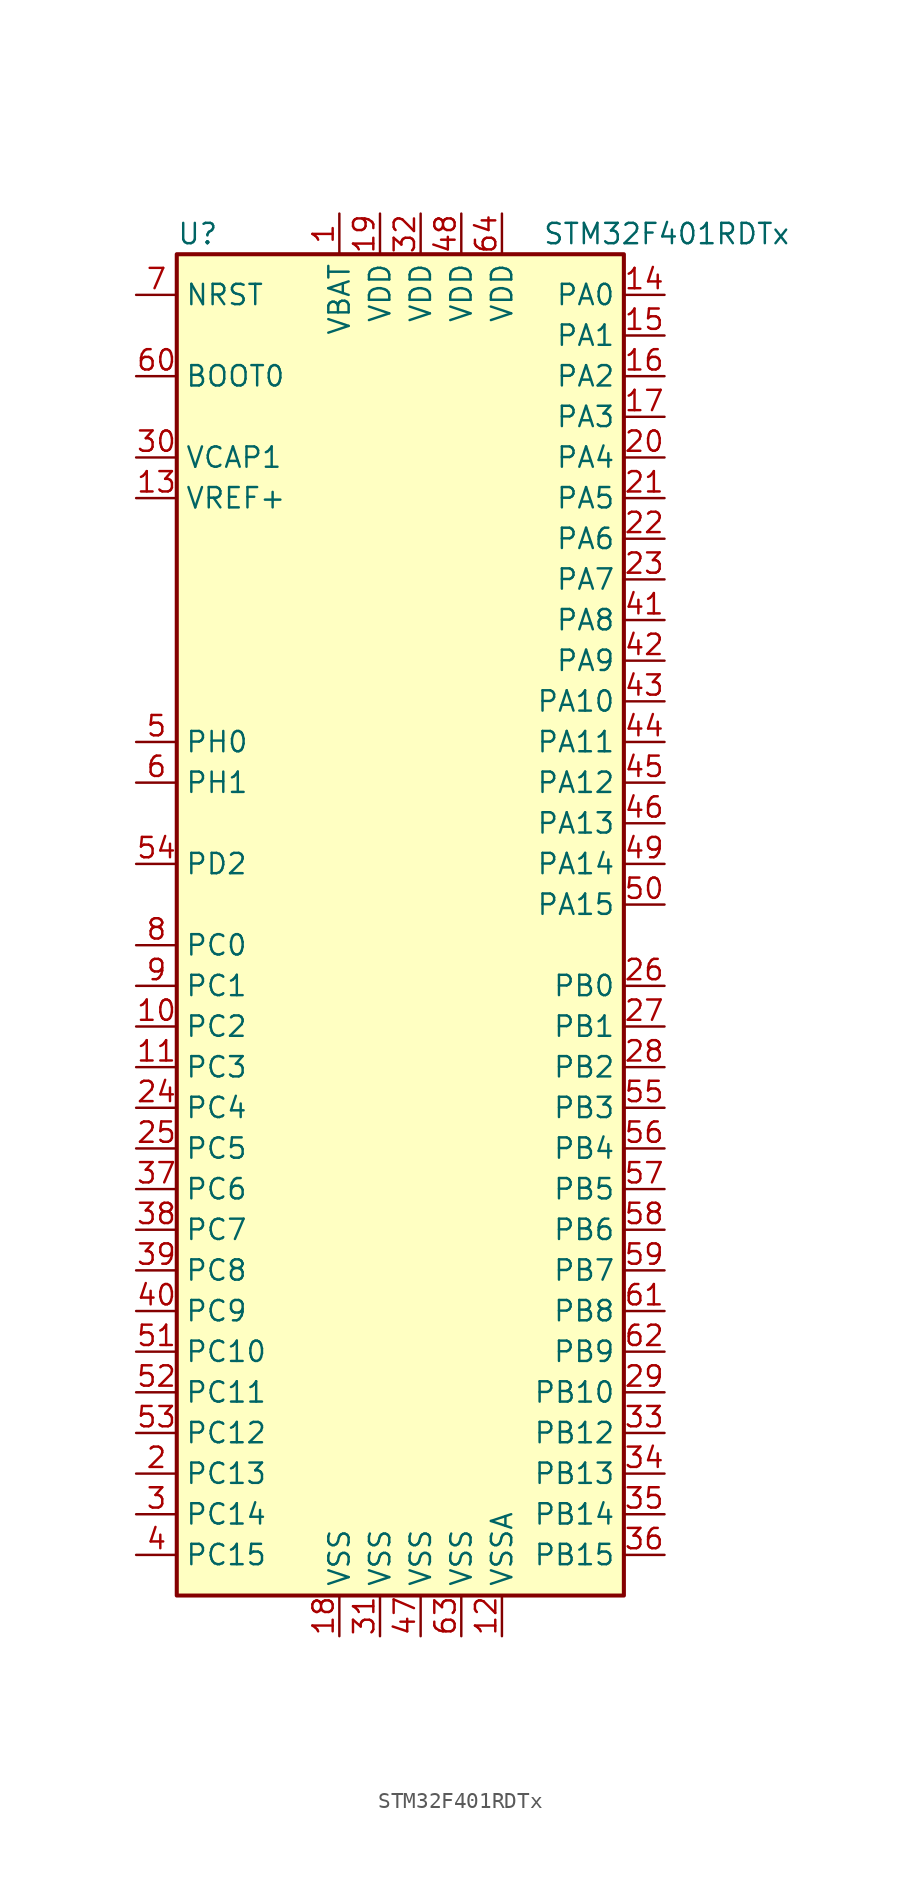
<source format=kicad_sym>
(kicad_symbol_lib
  (version 20201005)
  (generator kicad_symbol_editor)
  (symbol "MCU_ST_STM32F4:STM32F401RDTx"
    (property "Reference" "U"
      (at -15.24 41.91 0)
      (effects (font (size 1.27 1.27)) (justify left)))
    (property "Value" "STM32F401RDTx"
      (at 7.62 41.91 0)
      (effects (font (size 1.27 1.27)) (justify left)))
    (symbol "STM32F401RDTx_0_1"
      (rectangle (start -15.24 -43.18) (end 12.7 40.64) (stroke (width 0.254)) (fill (type background))))
    (symbol "STM32F401RDTx_1_1"
      (pin input line (at -17.78 33.02 0) (length 2.54) (name "BOOT0" (effects (font (size 1.27 1.27)))) (number "60" (effects (font (size 1.27 1.27)))))
      (pin input line (at -17.78 38.1 0) (length 2.54) (name "NRST" (effects (font (size 1.27 1.27)))) (number "7" (effects (font (size 1.27 1.27)))))
      (pin bidirectional line (at 15.24 38.1 180) (length 2.54) (name "PA0" (effects (font (size 1.27 1.27)))) (number "14" (effects (font (size 1.27 1.27)))))
      (pin bidirectional line (at 15.24 35.56 180) (length 2.54) (name "PA1" (effects (font (size 1.27 1.27)))) (number "15" (effects (font (size 1.27 1.27)))))
      (pin bidirectional line (at 15.24 12.7 180) (length 2.54) (name "PA10" (effects (font (size 1.27 1.27)))) (number "43" (effects (font (size 1.27 1.27)))))
      (pin bidirectional line (at 15.24 10.16 180) (length 2.54) (name "PA11" (effects (font (size 1.27 1.27)))) (number "44" (effects (font (size 1.27 1.27)))))
      (pin bidirectional line (at 15.24 7.62 180) (length 2.54) (name "PA12" (effects (font (size 1.27 1.27)))) (number "45" (effects (font (size 1.27 1.27)))))
      (pin bidirectional line (at 15.24 5.08 180) (length 2.54) (name "PA13" (effects (font (size 1.27 1.27)))) (number "46" (effects (font (size 1.27 1.27)))))
      (pin bidirectional line (at 15.24 2.54 180) (length 2.54) (name "PA14" (effects (font (size 1.27 1.27)))) (number "49" (effects (font (size 1.27 1.27)))))
      (pin bidirectional line (at 15.24 0 180) (length 2.54) (name "PA15" (effects (font (size 1.27 1.27)))) (number "50" (effects (font (size 1.27 1.27)))))
      (pin bidirectional line (at 15.24 33.02 180) (length 2.54) (name "PA2" (effects (font (size 1.27 1.27)))) (number "16" (effects (font (size 1.27 1.27)))))
      (pin bidirectional line (at 15.24 30.48 180) (length 2.54) (name "PA3" (effects (font (size 1.27 1.27)))) (number "17" (effects (font (size 1.27 1.27)))))
      (pin bidirectional line (at 15.24 27.94 180) (length 2.54) (name "PA4" (effects (font (size 1.27 1.27)))) (number "20" (effects (font (size 1.27 1.27)))))
      (pin bidirectional line (at 15.24 25.4 180) (length 2.54) (name "PA5" (effects (font (size 1.27 1.27)))) (number "21" (effects (font (size 1.27 1.27)))))
      (pin bidirectional line (at 15.24 22.86 180) (length 2.54) (name "PA6" (effects (font (size 1.27 1.27)))) (number "22" (effects (font (size 1.27 1.27)))))
      (pin bidirectional line (at 15.24 20.32 180) (length 2.54) (name "PA7" (effects (font (size 1.27 1.27)))) (number "23" (effects (font (size 1.27 1.27)))))
      (pin bidirectional line (at 15.24 17.78 180) (length 2.54) (name "PA8" (effects (font (size 1.27 1.27)))) (number "41" (effects (font (size 1.27 1.27)))))
      (pin bidirectional line (at 15.24 15.24 180) (length 2.54) (name "PA9" (effects (font (size 1.27 1.27)))) (number "42" (effects (font (size 1.27 1.27)))))
      (pin bidirectional line (at 15.24 -5.08 180) (length 2.54) (name "PB0" (effects (font (size 1.27 1.27)))) (number "26" (effects (font (size 1.27 1.27)))))
      (pin bidirectional line (at 15.24 -7.62 180) (length 2.54) (name "PB1" (effects (font (size 1.27 1.27)))) (number "27" (effects (font (size 1.27 1.27)))))
      (pin bidirectional line (at 15.24 -30.48 180) (length 2.54) (name "PB10" (effects (font (size 1.27 1.27)))) (number "29" (effects (font (size 1.27 1.27)))))
      (pin bidirectional line (at 15.24 -33.02 180) (length 2.54) (name "PB12" (effects (font (size 1.27 1.27)))) (number "33" (effects (font (size 1.27 1.27)))))
      (pin bidirectional line (at 15.24 -35.56 180) (length 2.54) (name "PB13" (effects (font (size 1.27 1.27)))) (number "34" (effects (font (size 1.27 1.27)))))
      (pin bidirectional line (at 15.24 -38.1 180) (length 2.54) (name "PB14" (effects (font (size 1.27 1.27)))) (number "35" (effects (font (size 1.27 1.27)))))
      (pin bidirectional line (at 15.24 -40.64 180) (length 2.54) (name "PB15" (effects (font (size 1.27 1.27)))) (number "36" (effects (font (size 1.27 1.27)))))
      (pin bidirectional line (at 15.24 -10.16 180) (length 2.54) (name "PB2" (effects (font (size 1.27 1.27)))) (number "28" (effects (font (size 1.27 1.27)))))
      (pin bidirectional line (at 15.24 -12.7 180) (length 2.54) (name "PB3" (effects (font (size 1.27 1.27)))) (number "55" (effects (font (size 1.27 1.27)))))
      (pin bidirectional line (at 15.24 -15.24 180) (length 2.54) (name "PB4" (effects (font (size 1.27 1.27)))) (number "56" (effects (font (size 1.27 1.27)))))
      (pin bidirectional line (at 15.24 -17.78 180) (length 2.54) (name "PB5" (effects (font (size 1.27 1.27)))) (number "57" (effects (font (size 1.27 1.27)))))
      (pin bidirectional line (at 15.24 -20.32 180) (length 2.54) (name "PB6" (effects (font (size 1.27 1.27)))) (number "58" (effects (font (size 1.27 1.27)))))
      (pin bidirectional line (at 15.24 -22.86 180) (length 2.54) (name "PB7" (effects (font (size 1.27 1.27)))) (number "59" (effects (font (size 1.27 1.27)))))
      (pin bidirectional line (at 15.24 -25.4 180) (length 2.54) (name "PB8" (effects (font (size 1.27 1.27)))) (number "61" (effects (font (size 1.27 1.27)))))
      (pin bidirectional line (at 15.24 -27.94 180) (length 2.54) (name "PB9" (effects (font (size 1.27 1.27)))) (number "62" (effects (font (size 1.27 1.27)))))
      (pin bidirectional line (at -17.78 -2.54 0) (length 2.54) (name "PC0" (effects (font (size 1.27 1.27)))) (number "8" (effects (font (size 1.27 1.27)))))
      (pin bidirectional line (at -17.78 -5.08 0) (length 2.54) (name "PC1" (effects (font (size 1.27 1.27)))) (number "9" (effects (font (size 1.27 1.27)))))
      (pin bidirectional line (at -17.78 -27.94 0) (length 2.54) (name "PC10" (effects (font (size 1.27 1.27)))) (number "51" (effects (font (size 1.27 1.27)))))
      (pin bidirectional line (at -17.78 -30.48 0) (length 2.54) (name "PC11" (effects (font (size 1.27 1.27)))) (number "52" (effects (font (size 1.27 1.27)))))
      (pin bidirectional line (at -17.78 -33.02 0) (length 2.54) (name "PC12" (effects (font (size 1.27 1.27)))) (number "53" (effects (font (size 1.27 1.27)))))
      (pin bidirectional line (at -17.78 -35.56 0) (length 2.54) (name "PC13" (effects (font (size 1.27 1.27)))) (number "2" (effects (font (size 1.27 1.27)))))
      (pin bidirectional line (at -17.78 -38.1 0) (length 2.54) (name "PC14" (effects (font (size 1.27 1.27)))) (number "3" (effects (font (size 1.27 1.27)))))
      (pin bidirectional line (at -17.78 -40.64 0) (length 2.54) (name "PC15" (effects (font (size 1.27 1.27)))) (number "4" (effects (font (size 1.27 1.27)))))
      (pin bidirectional line (at -17.78 -7.62 0) (length 2.54) (name "PC2" (effects (font (size 1.27 1.27)))) (number "10" (effects (font (size 1.27 1.27)))))
      (pin bidirectional line (at -17.78 -10.16 0) (length 2.54) (name "PC3" (effects (font (size 1.27 1.27)))) (number "11" (effects (font (size 1.27 1.27)))))
      (pin bidirectional line (at -17.78 -12.7 0) (length 2.54) (name "PC4" (effects (font (size 1.27 1.27)))) (number "24" (effects (font (size 1.27 1.27)))))
      (pin bidirectional line (at -17.78 -15.24 0) (length 2.54) (name "PC5" (effects (font (size 1.27 1.27)))) (number "25" (effects (font (size 1.27 1.27)))))
      (pin bidirectional line (at -17.78 -17.78 0) (length 2.54) (name "PC6" (effects (font (size 1.27 1.27)))) (number "37" (effects (font (size 1.27 1.27)))))
      (pin bidirectional line (at -17.78 -20.32 0) (length 2.54) (name "PC7" (effects (font (size 1.27 1.27)))) (number "38" (effects (font (size 1.27 1.27)))))
      (pin bidirectional line (at -17.78 -22.86 0) (length 2.54) (name "PC8" (effects (font (size 1.27 1.27)))) (number "39" (effects (font (size 1.27 1.27)))))
      (pin bidirectional line (at -17.78 -25.4 0) (length 2.54) (name "PC9" (effects (font (size 1.27 1.27)))) (number "40" (effects (font (size 1.27 1.27)))))
      (pin bidirectional line (at -17.78 2.54 0) (length 2.54) (name "PD2" (effects (font (size 1.27 1.27)))) (number "54" (effects (font (size 1.27 1.27)))))
      (pin input line (at -17.78 10.16 0) (length 2.54) (name "PH0" (effects (font (size 1.27 1.27)))) (number "5" (effects (font (size 1.27 1.27)))))
      (pin input line (at -17.78 7.62 0) (length 2.54) (name "PH1" (effects (font (size 1.27 1.27)))) (number "6" (effects (font (size 1.27 1.27)))))
      (pin power_in line (at -5.08 43.18 270) (length 2.54) (name "VBAT" (effects (font (size 1.27 1.27)))) (number "1" (effects (font (size 1.27 1.27)))))
      (pin power_in line (at -17.78 27.94 0) (length 2.54) (name "VCAP1" (effects (font (size 1.27 1.27)))) (number "30" (effects (font (size 1.27 1.27)))))
      (pin power_in line (at -2.54 43.18 270) (length 2.54) (name "VDD" (effects (font (size 1.27 1.27)))) (number "19" (effects (font (size 1.27 1.27)))))
      (pin power_in line (at 0 43.18 270) (length 2.54) (name "VDD" (effects (font (size 1.27 1.27)))) (number "32" (effects (font (size 1.27 1.27)))))
      (pin power_in line (at 2.54 43.18 270) (length 2.54) (name "VDD" (effects (font (size 1.27 1.27)))) (number "48" (effects (font (size 1.27 1.27)))))
      (pin power_in line (at 5.08 43.18 270) (length 2.54) (name "VDD" (effects (font (size 1.27 1.27)))) (number "64" (effects (font (size 1.27 1.27)))))
      (pin power_in line (at -17.78 25.4 0) (length 2.54) (name "VREF+" (effects (font (size 1.27 1.27)))) (number "13" (effects (font (size 1.27 1.27)))))
      (pin power_in line (at -5.08 -45.72 90) (length 2.54) (name "VSS" (effects (font (size 1.27 1.27)))) (number "18" (effects (font (size 1.27 1.27)))))
      (pin power_in line (at -2.54 -45.72 90) (length 2.54) (name "VSS" (effects (font (size 1.27 1.27)))) (number "31" (effects (font (size 1.27 1.27)))))
      (pin power_in line (at 0 -45.72 90) (length 2.54) (name "VSS" (effects (font (size 1.27 1.27)))) (number "47" (effects (font (size 1.27 1.27)))))
      (pin power_in line (at 2.54 -45.72 90) (length 2.54) (name "VSS" (effects (font (size 1.27 1.27)))) (number "63" (effects (font (size 1.27 1.27)))))
      (pin power_in line (at 5.08 -45.72 90) (length 2.54) (name "VSSA" (effects (font (size 1.27 1.27)))) (number "12" (effects (font (size 1.27 1.27))))))))
</source>
